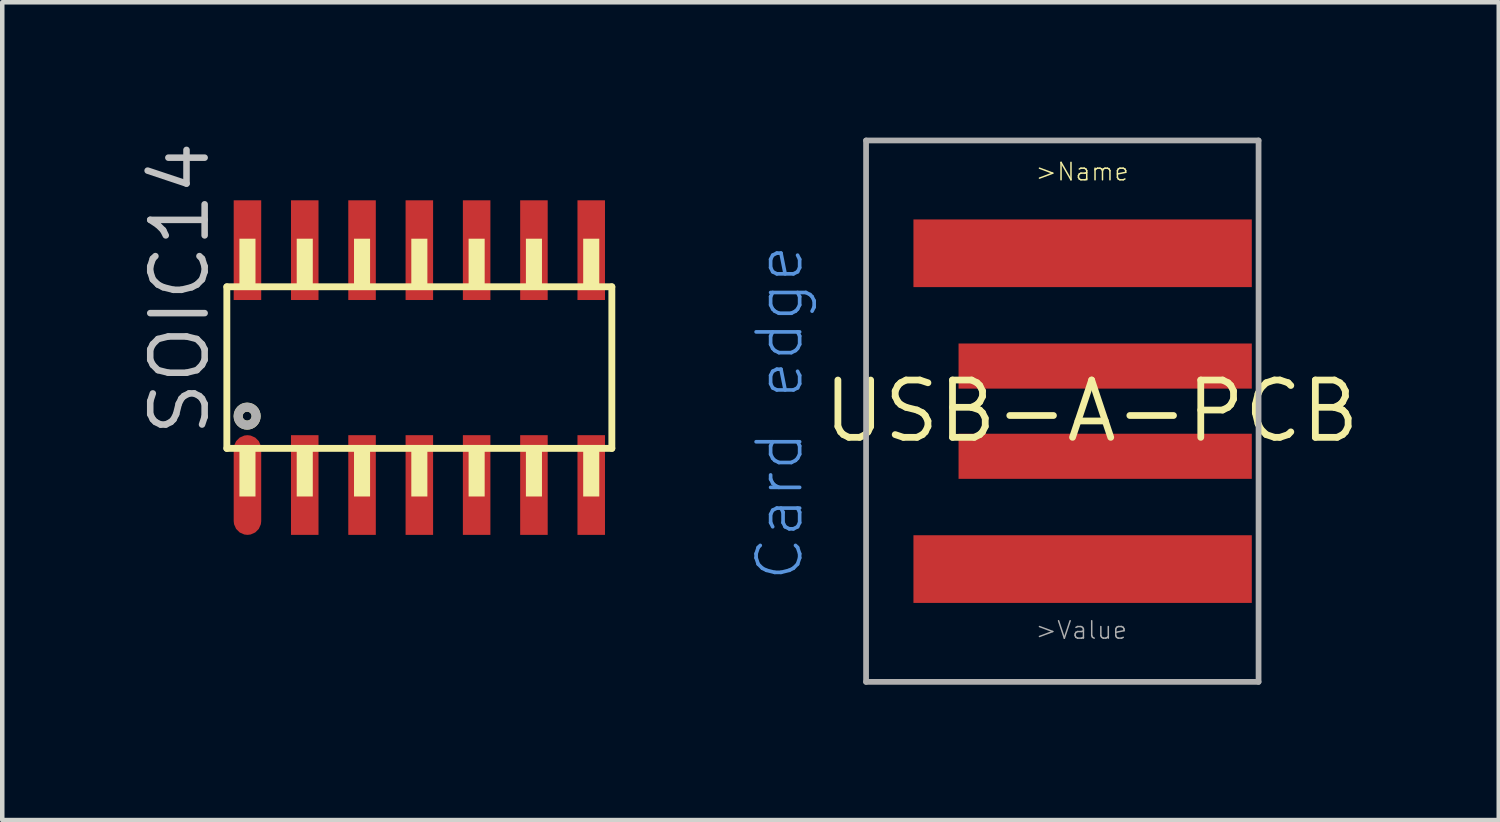
<source format=kicad_pcb>
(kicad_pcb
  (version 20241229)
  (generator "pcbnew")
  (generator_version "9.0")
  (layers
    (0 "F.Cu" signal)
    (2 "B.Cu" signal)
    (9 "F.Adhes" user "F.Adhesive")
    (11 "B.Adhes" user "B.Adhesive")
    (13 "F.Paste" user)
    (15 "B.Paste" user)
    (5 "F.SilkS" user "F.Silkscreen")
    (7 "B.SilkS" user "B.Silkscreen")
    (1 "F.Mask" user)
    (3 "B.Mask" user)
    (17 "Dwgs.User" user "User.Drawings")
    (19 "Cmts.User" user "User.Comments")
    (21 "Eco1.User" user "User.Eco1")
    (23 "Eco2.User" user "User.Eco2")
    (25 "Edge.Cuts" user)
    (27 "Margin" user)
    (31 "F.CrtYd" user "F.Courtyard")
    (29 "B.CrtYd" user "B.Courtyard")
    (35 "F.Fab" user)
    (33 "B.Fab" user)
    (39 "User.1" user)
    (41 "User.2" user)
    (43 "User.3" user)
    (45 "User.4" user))
  (footprint "SOIC14"
    (layer "F.Cu")
    (at 6.245 5.098)
    (property "Reference" "SOIC14" (at -4.604 1.587 90) (layer "Dwgs.User") (effects (font (size 1.206 1.206) (thickness 0.145)) (justify left bottom)))
    (attr through_hole)
    (fp_line (start -4.267 -1.791) (end -4.267 1.791) (stroke (width 0.152) (type solid)) (layer "F.SilkS"))
    (fp_line (start -4.267 1.791) (end 4.267 1.791) (stroke (width 0.152) (type solid)) (layer "F.SilkS"))
    (fp_line (start 4.267 -1.791) (end -4.267 -1.791) (stroke (width 0.152) (type solid)) (layer "F.SilkS"))
    (fp_line (start 4.267 1.791) (end 4.267 -1.791) (stroke (width 0.152) (type solid)) (layer "F.SilkS"))
    (fp_circle (center -3.817 1.076) (end -3.618 1.076) (stroke (width 0.2) (type solid)) (fill no) (layer "F.SilkS"))
    (fp_poly (pts (xy -3.988 -1.841) (xy -3.632 -1.841) (xy -3.632 -2.857) (xy -3.988 -2.857)) (stroke (width 0) (type solid)) (fill yes) (layer "F.SilkS"))
    (fp_poly (pts (xy -3.988 2.857) (xy -3.632 2.857) (xy -3.632 1.841) (xy -3.988 1.841)) (stroke (width 0) (type solid)) (fill yes) (layer "F.SilkS"))
    (fp_poly (pts (xy -2.718 -1.841) (xy -2.362 -1.841) (xy -2.362 -2.857) (xy -2.718 -2.857)) (stroke (width 0) (type solid)) (fill yes) (layer "F.SilkS"))
    (fp_poly (pts (xy -2.718 2.857) (xy -2.362 2.857) (xy -2.362 1.841) (xy -2.718 1.841)) (stroke (width 0) (type solid)) (fill yes) (layer "F.SilkS"))
    (fp_poly (pts (xy -1.448 -1.841) (xy -1.092 -1.841) (xy -1.092 -2.857) (xy -1.448 -2.857)) (stroke (width 0) (type solid)) (fill yes) (layer "F.SilkS"))
    (fp_poly (pts (xy -1.448 2.857) (xy -1.092 2.857) (xy -1.092 1.841) (xy -1.448 1.841)) (stroke (width 0) (type solid)) (fill yes) (layer "F.SilkS"))
    (fp_poly (pts (xy -0.178 -1.841) (xy 0.178 -1.841) (xy 0.178 -2.857) (xy -0.178 -2.857)) (stroke (width 0) (type solid)) (fill yes) (layer "F.SilkS"))
    (fp_poly (pts (xy -0.178 2.857) (xy 0.178 2.857) (xy 0.178 1.841) (xy -0.178 1.841)) (stroke (width 0) (type solid)) (fill yes) (layer "F.SilkS"))
    (fp_poly (pts (xy 1.092 -1.841) (xy 1.448 -1.841) (xy 1.448 -2.857) (xy 1.092 -2.857)) (stroke (width 0) (type solid)) (fill yes) (layer "F.SilkS"))
    (fp_poly (pts (xy 1.092 2.857) (xy 1.448 2.857) (xy 1.448 1.841) (xy 1.092 1.841)) (stroke (width 0) (type solid)) (fill yes) (layer "F.SilkS"))
    (fp_poly (pts (xy 2.362 -1.841) (xy 2.718 -1.841) (xy 2.718 -2.857) (xy 2.362 -2.857)) (stroke (width 0) (type solid)) (fill yes) (layer "F.SilkS"))
    (fp_poly (pts (xy 2.362 2.857) (xy 2.718 2.857) (xy 2.718 1.841) (xy 2.362 1.841)) (stroke (width 0) (type solid)) (fill yes) (layer "F.SilkS"))
    (fp_poly (pts (xy 3.632 -1.841) (xy 3.988 -1.841) (xy 3.988 -2.857) (xy 3.632 -2.857)) (stroke (width 0) (type solid)) (fill yes) (layer "F.SilkS"))
    (fp_poly (pts (xy 3.632 2.857) (xy 3.988 2.857) (xy 3.988 1.841) (xy 3.632 1.841)) (stroke (width 0) (type solid)) (fill yes) (layer "F.SilkS"))
    (fp_circle (center -3.817 1.076) (end -3.618 1.076) (stroke (width 0.2) (type solid)) (fill no) (layer "F.Fab"))
    (pad "1" smd roundrect (at -3.81 2.603) (size 0.61 2.21) (layers "F.Cu" "F.Mask" "F.Paste") (roundrect_rratio 0.5))
    (pad "2" smd rect (at -2.54 2.603) (size 0.61 2.21) (layers "F.Cu" "F.Mask" "F.Paste"))
    (pad "3" smd rect (at -1.27 2.603) (size 0.61 2.21) (layers "F.Cu" "F.Mask" "F.Paste"))
    (pad "4" smd rect (at 0 2.603) (size 0.61 2.21) (layers "F.Cu" "F.Mask" "F.Paste"))
    (pad "5" smd rect (at 1.27 2.603) (size 0.61 2.21) (layers "F.Cu" "F.Mask" "F.Paste"))
    (pad "6" smd rect (at 2.54 2.603) (size 0.61 2.21) (layers "F.Cu" "F.Mask" "F.Paste"))
    (pad "7" smd rect (at 3.81 2.603) (size 0.61 2.21) (layers "F.Cu" "F.Mask" "F.Paste"))
    (pad "8" smd rect (at 3.81 -2.603) (size 0.61 2.21) (layers "F.Cu" "F.Mask" "F.Paste"))
    (pad "9" smd rect (at 2.54 -2.603) (size 0.61 2.21) (layers "F.Cu" "F.Mask" "F.Paste"))
    (pad "10" smd rect (at 1.27 -2.603) (size 0.61 2.21) (layers "F.Cu" "F.Mask" "F.Paste"))
    (pad "11" smd rect (at 0 -2.603) (size 0.61 2.21) (layers "F.Cu" "F.Mask" "F.Paste"))
    (pad "12" smd rect (at -1.27 -2.603) (size 0.61 2.21) (layers "F.Cu" "F.Mask" "F.Paste"))
    (pad "13" smd rect (at -2.54 -2.603) (size 0.61 2.21) (layers "F.Cu" "F.Mask" "F.Paste"))
    (pad "14" smd rect (at -3.81 -2.603) (size 0.61 2.21) (layers "F.Cu" "F.Mask" "F.Paste")))
  (footprint "USB-A-PCB"
    (layer "F.Cu")
    (at 21.147 6.064)
    (property "Reference" "USB-A-PCB" (at 0 0 0) (layer "F.SilkS") (effects (font (size 1.27 1.27) (thickness 0.15))))
    (attr through_hole)
    (fp_line (start -5 -6) (end 3.7 -6) (stroke (width 0.127) (type solid)) (layer "F.Fab"))
    (fp_line (start -5 6) (end -5 -6) (stroke (width 0.127) (type solid)) (layer "F.Fab"))
    (fp_line (start 3.7 -6) (end 3.7 6) (stroke (width 0.127) (type solid)) (layer "F.Fab"))
    (fp_line (start 3.7 6) (end -5 6) (stroke (width 0.127) (type solid)) (layer "F.Fab"))
    (fp_text user ">Name" (at -1.27 -5.08 0) (layer "F.SilkS") (effects (font (size 0.386 0.386) (thickness 0.033)) (justify left bottom)))
    (fp_text user "Card edge" (at -6.35 3.81 90) (layer "Cmts.User") (effects (font (size 0.965 0.965) (thickness 0.081)) (justify left bottom)))
    (fp_text user ">Value" (at -1.27 5.08 0) (layer "F.Fab") (effects (font (size 0.386 0.386) (thickness 0.033)) (justify left bottom)))
    (pad "5V" smd rect (at -0.2 3.5) (size 7.5 1.5) (layers "F.Cu" "F.Mask" "F.Paste"))
    (pad "GND" smd rect (at -0.2 -3.5) (size 7.5 1.5) (layers "F.Cu" "F.Mask" "F.Paste"))
    (pad "USB_M" smd rect (at 0.3 1) (size 6.5 1) (layers "F.Cu" "F.Mask" "F.Paste"))
    (pad "USB_P" smd rect (at 0.3 -1) (size 6.5 1) (layers "F.Cu" "F.Mask" "F.Paste")))
  (gr_rect
    (start -3 -3)
    (end 30.171 15.127)
    (stroke (width 0.1) (type default))
    (fill no)
    (layer "Edge.Cuts")))
</source>
